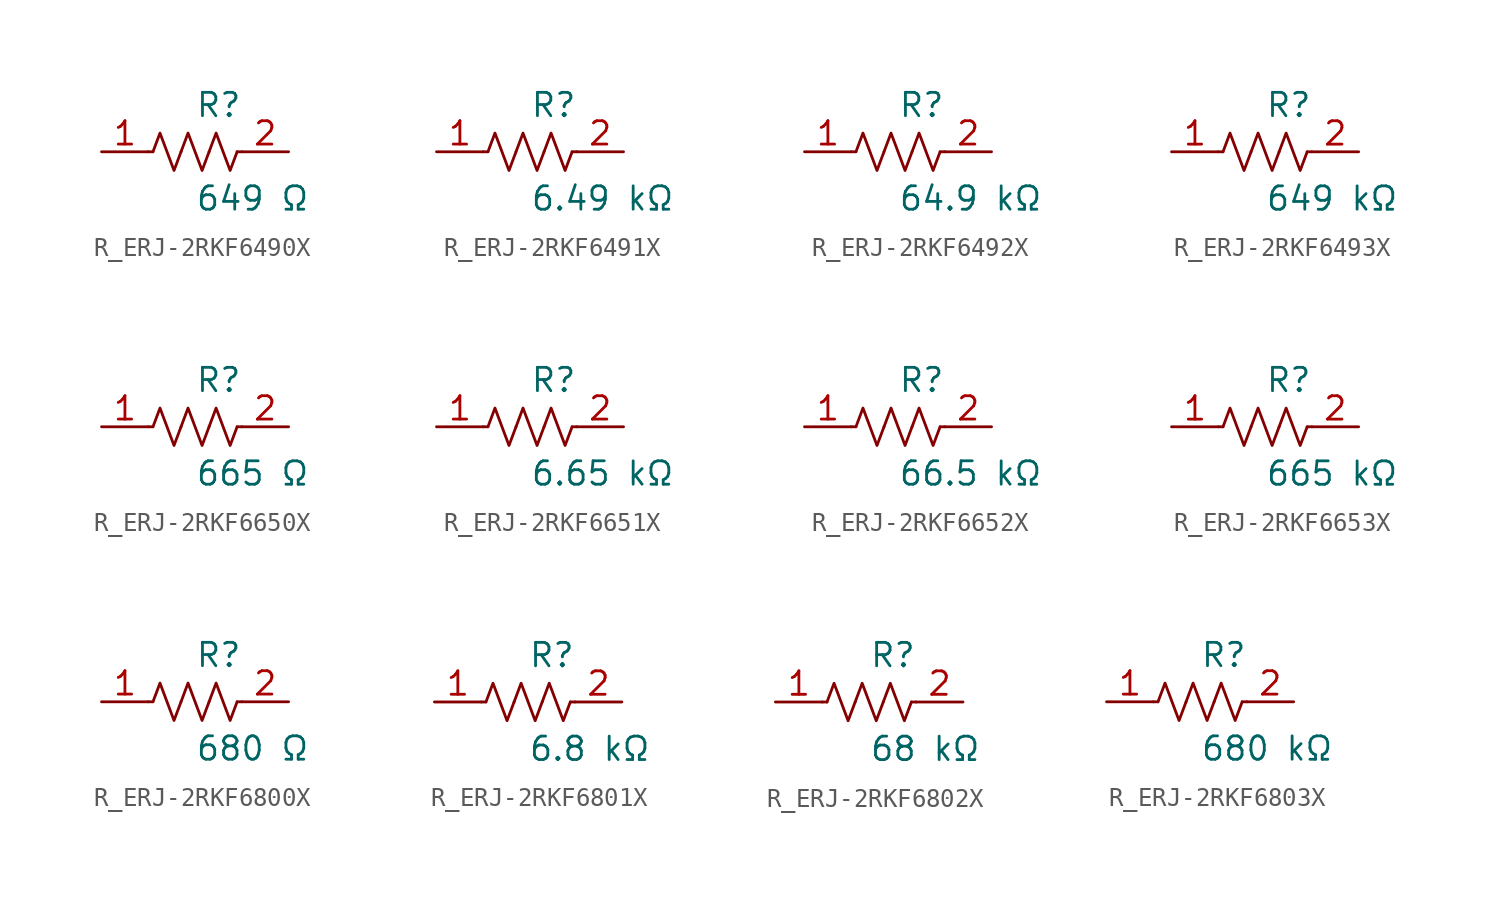
<source format=kicad_sym>
(kicad_symbol_lib
  (version 20231120)
  (generator kicad_symbol_editor)
  (generator_version 8.0)
  (symbol "R_ERJ-2RKF6490X"
    (pin_names
      (offset 0.254))
    (property "Reference" "R"
      (at 0 2.54 0)
      (effects (font (size 1.27 1.27)) (justify left)))
    (property "Value" "649 Ω"
      (at 0 -2.54 0)
      (effects (font (size 1.27 1.27)) (justify left)))
    (symbol "R_ERJ-2RKF6490X_0_1"
      (polyline (pts (xy 2.286 0) (xy 2.54 0)) (stroke (width 0) (type default)) (fill (type none)))
      (polyline (pts (xy -2.286 0) (xy -2.54 0)) (stroke (width 0) (type default)) (fill (type none)))
      (polyline (pts (xy 0.762 0) (xy 1.143 1.016) (xy 1.524 0) (xy 1.905 -1.016) (xy 2.286 0)) (stroke (width 0) (type default)) (fill (type none)))
      (polyline (pts (xy -0.762 0) (xy -0.381 1.016) (xy 0 0) (xy 0.381 -1.016) (xy 0.762 0)) (stroke (width 0) (type default)) (fill (type none)))
      (polyline (pts (xy -2.286 0) (xy -1.905 1.016) (xy -1.524 0) (xy -1.143 -1.016) (xy -0.762 0)) (stroke (width 0) (type default)) (fill (type none))))
    (pin passive line
      (at -5.08 0 0)
      (length 2.54)
      (name "" (effects (font (size 1.27 1.27))))
      (number "1" (effects (font (size 1.27 1.27)))))
    (pin passive line
      (at 5.08 0 180)
      (length 2.54)
      (name "" (effects (font (size 1.27 1.27))))
      (number "2" (effects (font (size 1.27 1.27))))))
  (symbol "R_ERJ-2RKF6491X"
    (pin_names
      (offset 0.254))
    (property "Reference" "R"
      (at 0 2.54 0)
      (effects (font (size 1.27 1.27)) (justify left)))
    (property "Value" "6.49 kΩ"
      (at 0 -2.54 0)
      (effects (font (size 1.27 1.27)) (justify left)))
    (symbol "R_ERJ-2RKF6491X_0_1"
      (polyline (pts (xy 2.286 0) (xy 2.54 0)) (stroke (width 0) (type default)) (fill (type none)))
      (polyline (pts (xy -2.286 0) (xy -2.54 0)) (stroke (width 0) (type default)) (fill (type none)))
      (polyline (pts (xy 0.762 0) (xy 1.143 1.016) (xy 1.524 0) (xy 1.905 -1.016) (xy 2.286 0)) (stroke (width 0) (type default)) (fill (type none)))
      (polyline (pts (xy -0.762 0) (xy -0.381 1.016) (xy 0 0) (xy 0.381 -1.016) (xy 0.762 0)) (stroke (width 0) (type default)) (fill (type none)))
      (polyline (pts (xy -2.286 0) (xy -1.905 1.016) (xy -1.524 0) (xy -1.143 -1.016) (xy -0.762 0)) (stroke (width 0) (type default)) (fill (type none))))
    (pin passive line
      (at -5.08 0 0)
      (length 2.54)
      (name "" (effects (font (size 1.27 1.27))))
      (number "1" (effects (font (size 1.27 1.27)))))
    (pin passive line
      (at 5.08 0 180)
      (length 2.54)
      (name "" (effects (font (size 1.27 1.27))))
      (number "2" (effects (font (size 1.27 1.27))))))
  (symbol "R_ERJ-2RKF6492X"
    (pin_names
      (offset 0.254))
    (property "Reference" "R"
      (at 0 2.54 0)
      (effects (font (size 1.27 1.27)) (justify left)))
    (property "Value" "64.9 kΩ"
      (at 0 -2.54 0)
      (effects (font (size 1.27 1.27)) (justify left)))
    (symbol "R_ERJ-2RKF6492X_0_1"
      (polyline (pts (xy 2.286 0) (xy 2.54 0)) (stroke (width 0) (type default)) (fill (type none)))
      (polyline (pts (xy -2.286 0) (xy -2.54 0)) (stroke (width 0) (type default)) (fill (type none)))
      (polyline (pts (xy 0.762 0) (xy 1.143 1.016) (xy 1.524 0) (xy 1.905 -1.016) (xy 2.286 0)) (stroke (width 0) (type default)) (fill (type none)))
      (polyline (pts (xy -0.762 0) (xy -0.381 1.016) (xy 0 0) (xy 0.381 -1.016) (xy 0.762 0)) (stroke (width 0) (type default)) (fill (type none)))
      (polyline (pts (xy -2.286 0) (xy -1.905 1.016) (xy -1.524 0) (xy -1.143 -1.016) (xy -0.762 0)) (stroke (width 0) (type default)) (fill (type none))))
    (pin passive line
      (at -5.08 0 0)
      (length 2.54)
      (name "" (effects (font (size 1.27 1.27))))
      (number "1" (effects (font (size 1.27 1.27)))))
    (pin passive line
      (at 5.08 0 180)
      (length 2.54)
      (name "" (effects (font (size 1.27 1.27))))
      (number "2" (effects (font (size 1.27 1.27))))))
  (symbol "R_ERJ-2RKF6493X"
    (pin_names
      (offset 0.254))
    (property "Reference" "R"
      (at 0 2.54 0)
      (effects (font (size 1.27 1.27)) (justify left)))
    (property "Value" "649 kΩ"
      (at 0 -2.54 0)
      (effects (font (size 1.27 1.27)) (justify left)))
    (symbol "R_ERJ-2RKF6493X_0_1"
      (polyline (pts (xy 2.286 0) (xy 2.54 0)) (stroke (width 0) (type default)) (fill (type none)))
      (polyline (pts (xy -2.286 0) (xy -2.54 0)) (stroke (width 0) (type default)) (fill (type none)))
      (polyline (pts (xy 0.762 0) (xy 1.143 1.016) (xy 1.524 0) (xy 1.905 -1.016) (xy 2.286 0)) (stroke (width 0) (type default)) (fill (type none)))
      (polyline (pts (xy -0.762 0) (xy -0.381 1.016) (xy 0 0) (xy 0.381 -1.016) (xy 0.762 0)) (stroke (width 0) (type default)) (fill (type none)))
      (polyline (pts (xy -2.286 0) (xy -1.905 1.016) (xy -1.524 0) (xy -1.143 -1.016) (xy -0.762 0)) (stroke (width 0) (type default)) (fill (type none))))
    (pin passive line
      (at -5.08 0 0)
      (length 2.54)
      (name "" (effects (font (size 1.27 1.27))))
      (number "1" (effects (font (size 1.27 1.27)))))
    (pin passive line
      (at 5.08 0 180)
      (length 2.54)
      (name "" (effects (font (size 1.27 1.27))))
      (number "2" (effects (font (size 1.27 1.27))))))
  (symbol "R_ERJ-2RKF6650X"
    (pin_names
      (offset 0.254))
    (property "Reference" "R"
      (at 0 2.54 0)
      (effects (font (size 1.27 1.27)) (justify left)))
    (property "Value" "665 Ω"
      (at 0 -2.54 0)
      (effects (font (size 1.27 1.27)) (justify left)))
    (symbol "R_ERJ-2RKF6650X_0_1"
      (polyline (pts (xy 2.286 0) (xy 2.54 0)) (stroke (width 0) (type default)) (fill (type none)))
      (polyline (pts (xy -2.286 0) (xy -2.54 0)) (stroke (width 0) (type default)) (fill (type none)))
      (polyline (pts (xy 0.762 0) (xy 1.143 1.016) (xy 1.524 0) (xy 1.905 -1.016) (xy 2.286 0)) (stroke (width 0) (type default)) (fill (type none)))
      (polyline (pts (xy -0.762 0) (xy -0.381 1.016) (xy 0 0) (xy 0.381 -1.016) (xy 0.762 0)) (stroke (width 0) (type default)) (fill (type none)))
      (polyline (pts (xy -2.286 0) (xy -1.905 1.016) (xy -1.524 0) (xy -1.143 -1.016) (xy -0.762 0)) (stroke (width 0) (type default)) (fill (type none))))
    (pin passive line
      (at -5.08 0 0)
      (length 2.54)
      (name "" (effects (font (size 1.27 1.27))))
      (number "1" (effects (font (size 1.27 1.27)))))
    (pin passive line
      (at 5.08 0 180)
      (length 2.54)
      (name "" (effects (font (size 1.27 1.27))))
      (number "2" (effects (font (size 1.27 1.27))))))
  (symbol "R_ERJ-2RKF6651X"
    (pin_names
      (offset 0.254))
    (property "Reference" "R"
      (at 0 2.54 0)
      (effects (font (size 1.27 1.27)) (justify left)))
    (property "Value" "6.65 kΩ"
      (at 0 -2.54 0)
      (effects (font (size 1.27 1.27)) (justify left)))
    (symbol "R_ERJ-2RKF6651X_0_1"
      (polyline (pts (xy 2.286 0) (xy 2.54 0)) (stroke (width 0) (type default)) (fill (type none)))
      (polyline (pts (xy -2.286 0) (xy -2.54 0)) (stroke (width 0) (type default)) (fill (type none)))
      (polyline (pts (xy 0.762 0) (xy 1.143 1.016) (xy 1.524 0) (xy 1.905 -1.016) (xy 2.286 0)) (stroke (width 0) (type default)) (fill (type none)))
      (polyline (pts (xy -0.762 0) (xy -0.381 1.016) (xy 0 0) (xy 0.381 -1.016) (xy 0.762 0)) (stroke (width 0) (type default)) (fill (type none)))
      (polyline (pts (xy -2.286 0) (xy -1.905 1.016) (xy -1.524 0) (xy -1.143 -1.016) (xy -0.762 0)) (stroke (width 0) (type default)) (fill (type none))))
    (pin passive line
      (at -5.08 0 0)
      (length 2.54)
      (name "" (effects (font (size 1.27 1.27))))
      (number "1" (effects (font (size 1.27 1.27)))))
    (pin passive line
      (at 5.08 0 180)
      (length 2.54)
      (name "" (effects (font (size 1.27 1.27))))
      (number "2" (effects (font (size 1.27 1.27))))))
  (symbol "R_ERJ-2RKF6652X"
    (pin_names
      (offset 0.254))
    (property "Reference" "R"
      (at 0 2.54 0)
      (effects (font (size 1.27 1.27)) (justify left)))
    (property "Value" "66.5 kΩ"
      (at 0 -2.54 0)
      (effects (font (size 1.27 1.27)) (justify left)))
    (symbol "R_ERJ-2RKF6652X_0_1"
      (polyline (pts (xy 2.286 0) (xy 2.54 0)) (stroke (width 0) (type default)) (fill (type none)))
      (polyline (pts (xy -2.286 0) (xy -2.54 0)) (stroke (width 0) (type default)) (fill (type none)))
      (polyline (pts (xy 0.762 0) (xy 1.143 1.016) (xy 1.524 0) (xy 1.905 -1.016) (xy 2.286 0)) (stroke (width 0) (type default)) (fill (type none)))
      (polyline (pts (xy -0.762 0) (xy -0.381 1.016) (xy 0 0) (xy 0.381 -1.016) (xy 0.762 0)) (stroke (width 0) (type default)) (fill (type none)))
      (polyline (pts (xy -2.286 0) (xy -1.905 1.016) (xy -1.524 0) (xy -1.143 -1.016) (xy -0.762 0)) (stroke (width 0) (type default)) (fill (type none))))
    (pin passive line
      (at -5.08 0 0)
      (length 2.54)
      (name "" (effects (font (size 1.27 1.27))))
      (number "1" (effects (font (size 1.27 1.27)))))
    (pin passive line
      (at 5.08 0 180)
      (length 2.54)
      (name "" (effects (font (size 1.27 1.27))))
      (number "2" (effects (font (size 1.27 1.27))))))
  (symbol "R_ERJ-2RKF6653X"
    (pin_names
      (offset 0.254))
    (property "Reference" "R"
      (at 0 2.54 0)
      (effects (font (size 1.27 1.27)) (justify left)))
    (property "Value" "665 kΩ"
      (at 0 -2.54 0)
      (effects (font (size 1.27 1.27)) (justify left)))
    (symbol "R_ERJ-2RKF6653X_0_1"
      (polyline (pts (xy 2.286 0) (xy 2.54 0)) (stroke (width 0) (type default)) (fill (type none)))
      (polyline (pts (xy -2.286 0) (xy -2.54 0)) (stroke (width 0) (type default)) (fill (type none)))
      (polyline (pts (xy 0.762 0) (xy 1.143 1.016) (xy 1.524 0) (xy 1.905 -1.016) (xy 2.286 0)) (stroke (width 0) (type default)) (fill (type none)))
      (polyline (pts (xy -0.762 0) (xy -0.381 1.016) (xy 0 0) (xy 0.381 -1.016) (xy 0.762 0)) (stroke (width 0) (type default)) (fill (type none)))
      (polyline (pts (xy -2.286 0) (xy -1.905 1.016) (xy -1.524 0) (xy -1.143 -1.016) (xy -0.762 0)) (stroke (width 0) (type default)) (fill (type none))))
    (pin passive line
      (at -5.08 0 0)
      (length 2.54)
      (name "" (effects (font (size 1.27 1.27))))
      (number "1" (effects (font (size 1.27 1.27)))))
    (pin passive line
      (at 5.08 0 180)
      (length 2.54)
      (name "" (effects (font (size 1.27 1.27))))
      (number "2" (effects (font (size 1.27 1.27))))))
  (symbol "R_ERJ-2RKF6800X"
    (pin_names
      (offset 0.254))
    (property "Reference" "R"
      (at 0 2.54 0)
      (effects (font (size 1.27 1.27)) (justify left)))
    (property "Value" "680 Ω"
      (at 0 -2.54 0)
      (effects (font (size 1.27 1.27)) (justify left)))
    (symbol "R_ERJ-2RKF6800X_0_1"
      (polyline (pts (xy 2.286 0) (xy 2.54 0)) (stroke (width 0) (type default)) (fill (type none)))
      (polyline (pts (xy -2.286 0) (xy -2.54 0)) (stroke (width 0) (type default)) (fill (type none)))
      (polyline (pts (xy 0.762 0) (xy 1.143 1.016) (xy 1.524 0) (xy 1.905 -1.016) (xy 2.286 0)) (stroke (width 0) (type default)) (fill (type none)))
      (polyline (pts (xy -0.762 0) (xy -0.381 1.016) (xy 0 0) (xy 0.381 -1.016) (xy 0.762 0)) (stroke (width 0) (type default)) (fill (type none)))
      (polyline (pts (xy -2.286 0) (xy -1.905 1.016) (xy -1.524 0) (xy -1.143 -1.016) (xy -0.762 0)) (stroke (width 0) (type default)) (fill (type none))))
    (pin passive line
      (at -5.08 0 0)
      (length 2.54)
      (name "" (effects (font (size 1.27 1.27))))
      (number "1" (effects (font (size 1.27 1.27)))))
    (pin passive line
      (at 5.08 0 180)
      (length 2.54)
      (name "" (effects (font (size 1.27 1.27))))
      (number "2" (effects (font (size 1.27 1.27))))))
  (symbol "R_ERJ-2RKF6801X"
    (pin_names
      (offset 0.254))
    (property "Reference" "R"
      (at 0 2.54 0)
      (effects (font (size 1.27 1.27)) (justify left)))
    (property "Value" "6.8 kΩ"
      (at 0 -2.54 0)
      (effects (font (size 1.27 1.27)) (justify left)))
    (symbol "R_ERJ-2RKF6801X_0_1"
      (polyline (pts (xy 2.286 0) (xy 2.54 0)) (stroke (width 0) (type default)) (fill (type none)))
      (polyline (pts (xy -2.286 0) (xy -2.54 0)) (stroke (width 0) (type default)) (fill (type none)))
      (polyline (pts (xy 0.762 0) (xy 1.143 1.016) (xy 1.524 0) (xy 1.905 -1.016) (xy 2.286 0)) (stroke (width 0) (type default)) (fill (type none)))
      (polyline (pts (xy -0.762 0) (xy -0.381 1.016) (xy 0 0) (xy 0.381 -1.016) (xy 0.762 0)) (stroke (width 0) (type default)) (fill (type none)))
      (polyline (pts (xy -2.286 0) (xy -1.905 1.016) (xy -1.524 0) (xy -1.143 -1.016) (xy -0.762 0)) (stroke (width 0) (type default)) (fill (type none))))
    (pin passive line
      (at -5.08 0 0)
      (length 2.54)
      (name "" (effects (font (size 1.27 1.27))))
      (number "1" (effects (font (size 1.27 1.27)))))
    (pin passive line
      (at 5.08 0 180)
      (length 2.54)
      (name "" (effects (font (size 1.27 1.27))))
      (number "2" (effects (font (size 1.27 1.27))))))
  (symbol "R_ERJ-2RKF6802X"
    (pin_names
      (offset 0.254))
    (property "Reference" "R"
      (at 0 2.54 0)
      (effects (font (size 1.27 1.27)) (justify left)))
    (property "Value" "68 kΩ"
      (at 0 -2.54 0)
      (effects (font (size 1.27 1.27)) (justify left)))
    (symbol "R_ERJ-2RKF6802X_0_1"
      (polyline (pts (xy 2.286 0) (xy 2.54 0)) (stroke (width 0) (type default)) (fill (type none)))
      (polyline (pts (xy -2.286 0) (xy -2.54 0)) (stroke (width 0) (type default)) (fill (type none)))
      (polyline (pts (xy 0.762 0) (xy 1.143 1.016) (xy 1.524 0) (xy 1.905 -1.016) (xy 2.286 0)) (stroke (width 0) (type default)) (fill (type none)))
      (polyline (pts (xy -0.762 0) (xy -0.381 1.016) (xy 0 0) (xy 0.381 -1.016) (xy 0.762 0)) (stroke (width 0) (type default)) (fill (type none)))
      (polyline (pts (xy -2.286 0) (xy -1.905 1.016) (xy -1.524 0) (xy -1.143 -1.016) (xy -0.762 0)) (stroke (width 0) (type default)) (fill (type none))))
    (pin passive line
      (at -5.08 0 0)
      (length 2.54)
      (name "" (effects (font (size 1.27 1.27))))
      (number "1" (effects (font (size 1.27 1.27)))))
    (pin passive line
      (at 5.08 0 180)
      (length 2.54)
      (name "" (effects (font (size 1.27 1.27))))
      (number "2" (effects (font (size 1.27 1.27))))))
  (symbol "R_ERJ-2RKF6803X"
    (pin_names
      (offset 0.254))
    (property "Reference" "R"
      (at 0 2.54 0)
      (effects (font (size 1.27 1.27)) (justify left)))
    (property "Value" "680 kΩ"
      (at 0 -2.54 0)
      (effects (font (size 1.27 1.27)) (justify left)))
    (symbol "R_ERJ-2RKF6803X_0_1"
      (polyline (pts (xy 2.286 0) (xy 2.54 0)) (stroke (width 0) (type default)) (fill (type none)))
      (polyline (pts (xy -2.286 0) (xy -2.54 0)) (stroke (width 0) (type default)) (fill (type none)))
      (polyline (pts (xy 0.762 0) (xy 1.143 1.016) (xy 1.524 0) (xy 1.905 -1.016) (xy 2.286 0)) (stroke (width 0) (type default)) (fill (type none)))
      (polyline (pts (xy -0.762 0) (xy -0.381 1.016) (xy 0 0) (xy 0.381 -1.016) (xy 0.762 0)) (stroke (width 0) (type default)) (fill (type none)))
      (polyline (pts (xy -2.286 0) (xy -1.905 1.016) (xy -1.524 0) (xy -1.143 -1.016) (xy -0.762 0)) (stroke (width 0) (type default)) (fill (type none))))
    (pin passive line
      (at -5.08 0 0)
      (length 2.54)
      (name "" (effects (font (size 1.27 1.27))))
      (number "1" (effects (font (size 1.27 1.27)))))
    (pin passive line
      (at 5.08 0 180)
      (length 2.54)
      (name "" (effects (font (size 1.27 1.27))))
      (number "2" (effects (font (size 1.27 1.27)))))))
</source>
